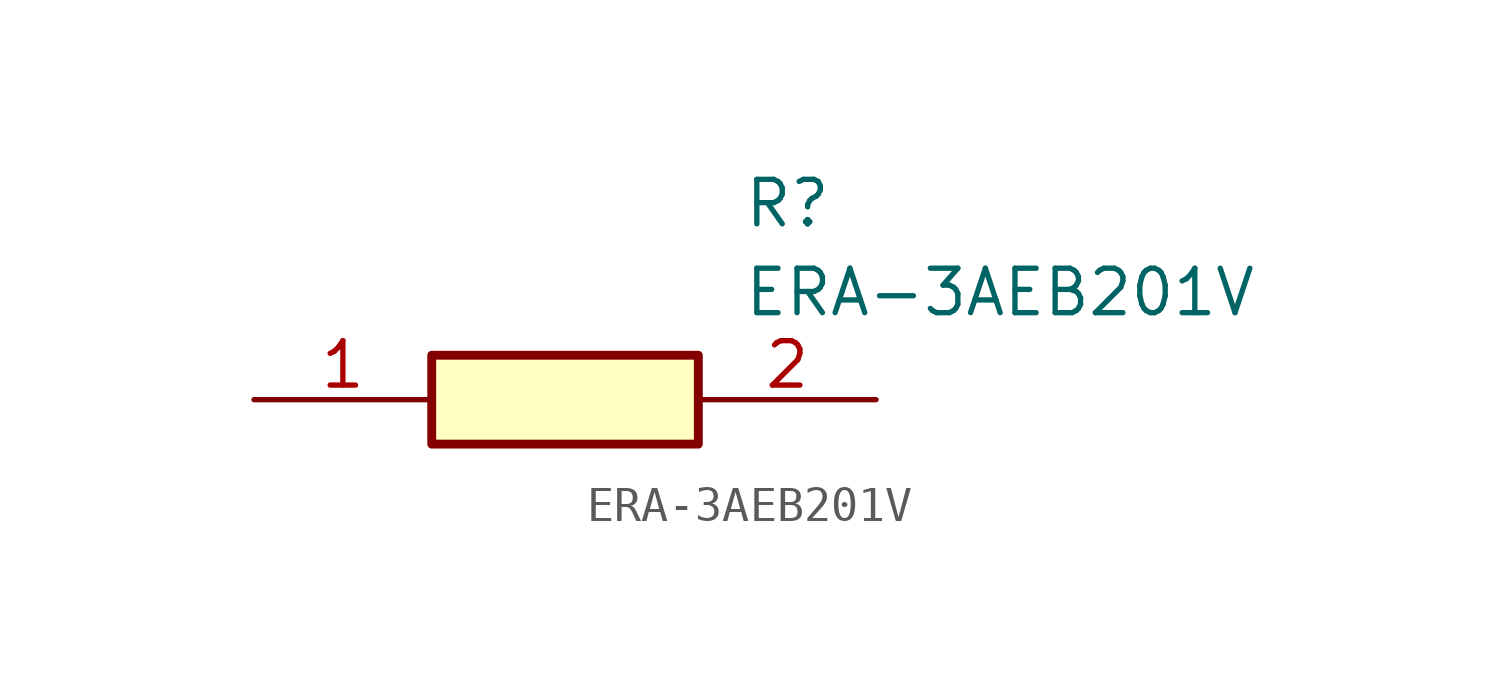
<source format=kicad_sym>
(kicad_symbol_lib
  (version 20211014)
  (generator SamacSys_ECAD_Model)
  (symbol "ERA-3AEB201V"
    (pin_names hide)
    (property "Reference" "R"
      (at 13.97 6.35 0)
      (effects (font (size 1.27 1.27)) (justify left top)))
    (property "Value" "ERA-3AEB201V"
      (at 13.97 3.81 0)
      (effects (font (size 1.27 1.27)) (justify left top)))
    (rectangle
      (start 5.08 1.27)
      (end 12.7 -1.27)
      (stroke (width 0.254) (type default))
      (fill (type background)))
    (pin passive line
      (at 0 0 0)
      (length 5.08)
      (name "1" (effects (font (size 1.27 1.27))))
      (number "1" (effects (font (size 1.27 1.27)))))
    (pin passive line
      (at 17.78 0 180)
      (length 5.08)
      (name "2" (effects (font (size 1.27 1.27))))
      (number "2" (effects (font (size 1.27 1.27)))))))
</source>
